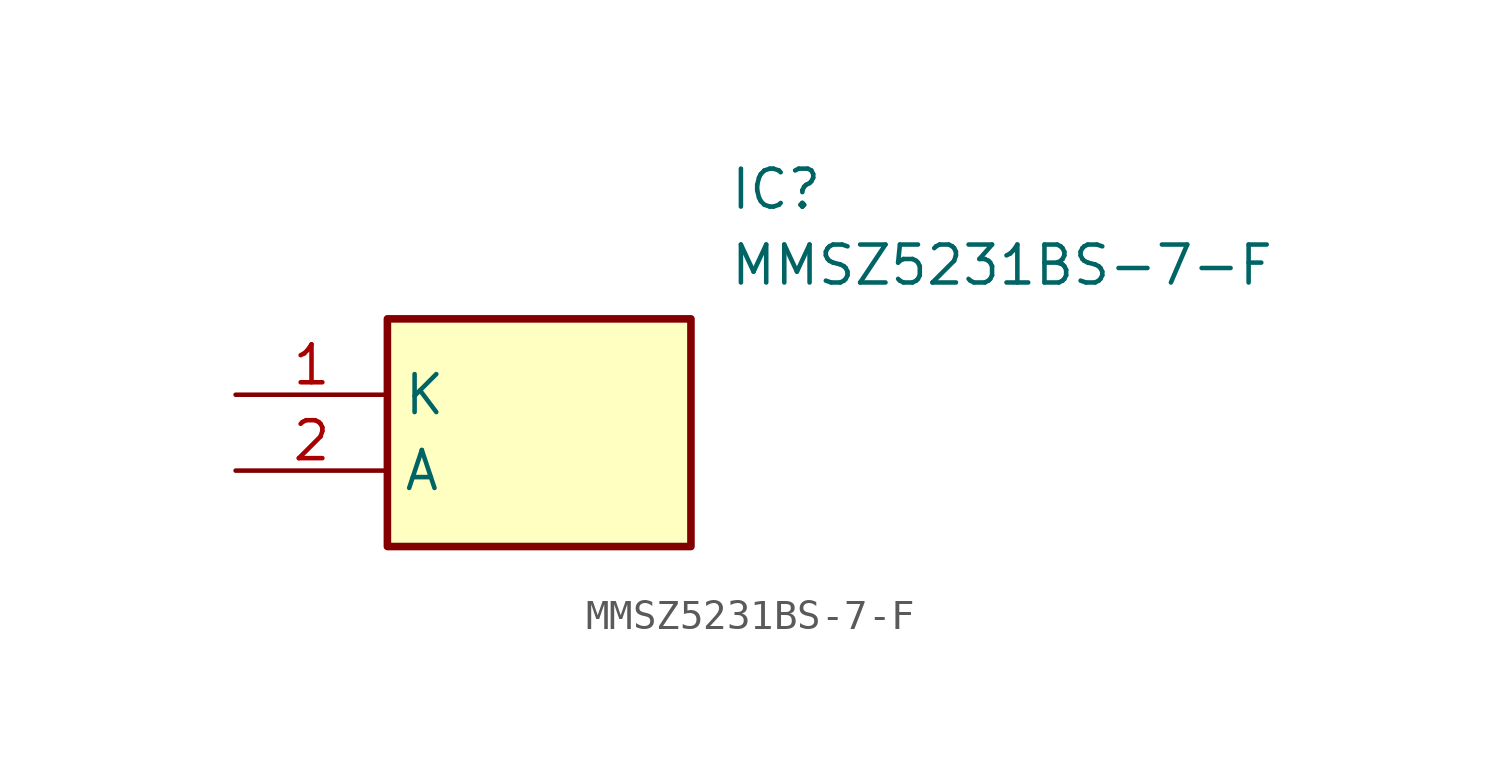
<source format=kicad_sym>
(kicad_symbol_lib
  (version 20211014)
  (generator SamacSys_ECAD_Model)
  (symbol "MMSZ5231BS-7-F"
    (property "Reference" "IC"
      (at 16.51 7.62 0)
      (effects (font (size 1.27 1.27)) (justify left top)))
    (property "Value" "MMSZ5231BS-7-F"
      (at 16.51 5.08 0)
      (effects (font (size 1.27 1.27)) (justify left top)))
    (rectangle
      (start 5.08 2.54)
      (end 15.24 -5.08)
      (stroke (width 0.254) (type default))
      (fill (type background)))
    (pin passive line
      (at 0 0 0)
      (length 5.08)
      (name "K" (effects (font (size 1.27 1.27))))
      (number "1" (effects (font (size 1.27 1.27)))))
    (pin passive line
      (at 0 -2.54 0)
      (length 5.08)
      (name "A" (effects (font (size 1.27 1.27))))
      (number "2" (effects (font (size 1.27 1.27)))))))
</source>
